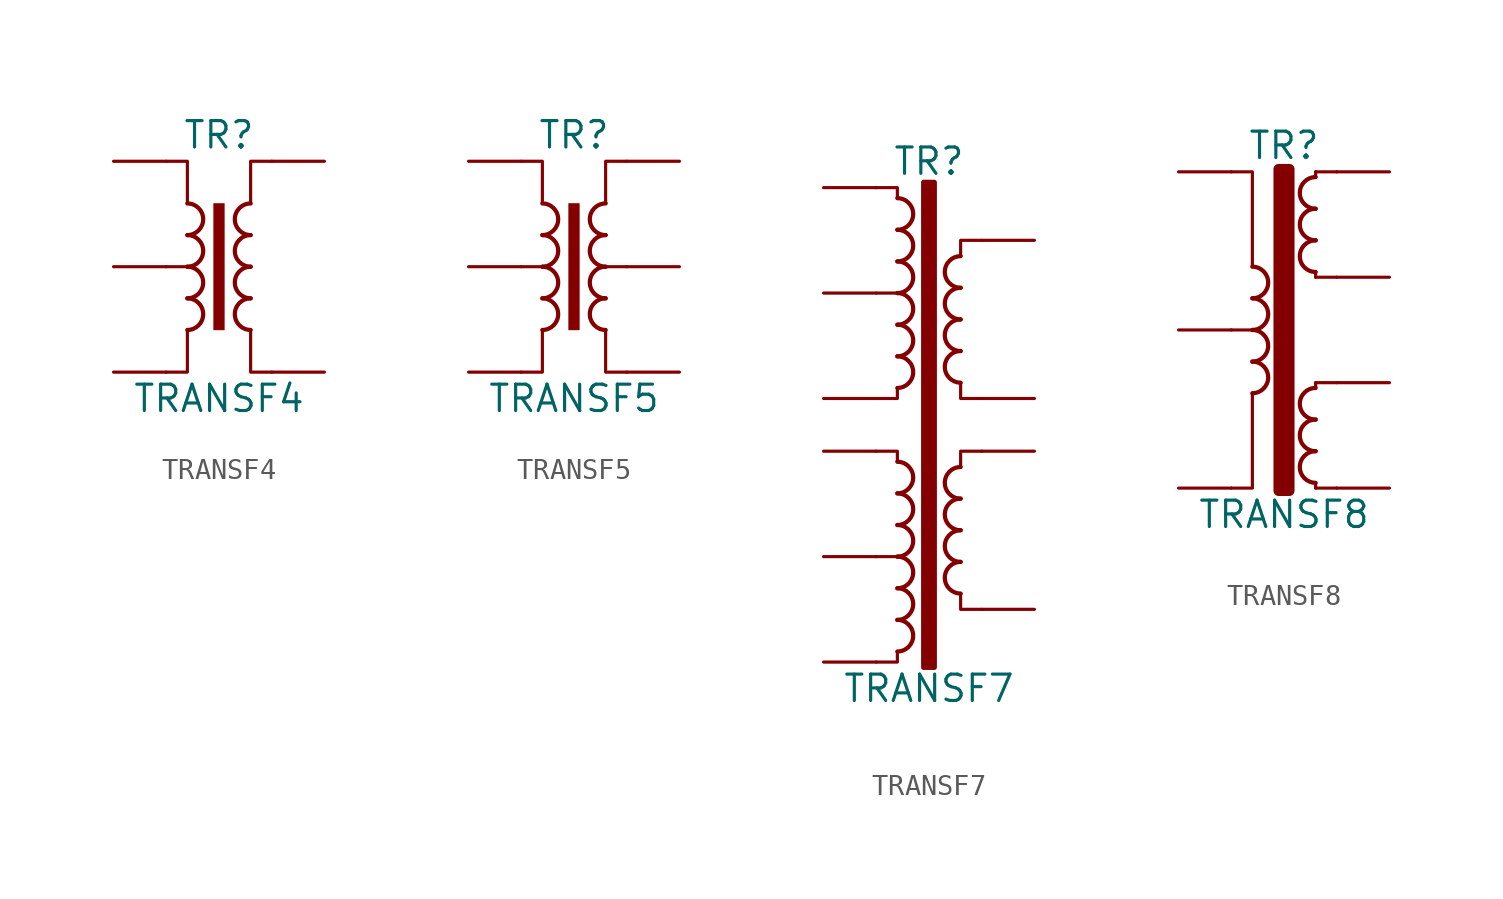
<source format=kicad_sym>
(kicad_symbol_lib
  (version 20241209)
  (generator "kicad_symbol_editor")
  (generator_version "9.0")
  (symbol "TRANSF4"
    (pin_numbers
      (hide yes))
    (pin_names
      (offset 0))
    (property "Reference" "TR"
      (at 0 6.35 0)
      (effects (font (size 1.27 1.27))))
    (property "Value" "TRANSF4"
      (at 0 -6.35 0)
      (effects (font (size 1.27 1.27))))
    (symbol "TRANSF4_0_1"
      (polyline (pts (xy -2.54 5.08) (xy -1.524 5.08) (xy -1.524 3.048)) (stroke (width 0.152) (type default)) (fill (type none)))
      (arc (start -1.524 3.048) (mid -0.7653 2.286) (end -1.524 1.524) (stroke (width 0.2032) (type default)) (fill (type none)))
      (arc (start -1.524 1.524) (mid -0.7653 0.762) (end -1.524 0) (stroke (width 0.2032) (type default)) (fill (type none)))
      (arc (start -1.524 0) (mid -0.7653 -0.762) (end -1.524 -1.524) (stroke (width 0.2032) (type default)) (fill (type none)))
      (arc (start -1.524 -1.524) (mid -0.7653 -2.286) (end -1.524 -3.048) (stroke (width 0.2032) (type default)) (fill (type none)))
      (polyline (pts (xy -1.524 0) (xy -2.54 0)) (stroke (width 0) (type default)) (fill (type outline)))
      (polyline (pts (xy -1.524 -3.048) (xy -1.524 -5.08) (xy -2.54 -5.08)) (stroke (width 0.152) (type default)) (fill (type none)))
      (rectangle (start -0.254 3.048) (end 0.254 -3.048) (stroke (width 0.025) (type default)) (fill (type outline)))
      (polyline (pts (xy 1.524 3.048) (xy 1.524 5.08) (xy 2.54 5.08)) (stroke (width 0.152) (type default)) (fill (type none)))
      (arc (start 1.524 1.524) (mid 0.7653 2.286) (end 1.524 3.048) (stroke (width 0.2032) (type default)) (fill (type none)))
      (arc (start 1.524 0) (mid 0.7653 0.762) (end 1.524 1.524) (stroke (width 0.2032) (type default)) (fill (type none)))
      (arc (start 1.524 -1.524) (mid 0.7653 -0.762) (end 1.524 0) (stroke (width 0.2032) (type default)) (fill (type none)))
      (arc (start 1.524 -3.048) (mid 0.7653 -2.286) (end 1.524 -1.524) (stroke (width 0.2032) (type default)) (fill (type none)))
      (polyline (pts (xy 2.54 -5.08) (xy 1.524 -5.08) (xy 1.524 -3.048)) (stroke (width 0.152) (type default)) (fill (type none))))
    (symbol "TRANSF4_1_1"
      (pin passive line (at -5.08 5.08 0) (length 2.54) (name "~" (effects (font (size 1.27 1.27)))) (number "1" (effects (font (size 1.27 1.27)))))
      (pin passive line (at -5.08 0 0) (length 2.54) (name "~" (effects (font (size 1.27 1.27)))) (number "2" (effects (font (size 1.27 1.27)))))
      (pin passive line (at -5.08 -5.08 0) (length 2.54) (name "~" (effects (font (size 1.27 1.27)))) (number "3" (effects (font (size 1.27 1.27)))))
      (pin passive line (at 5.08 5.08 180) (length 2.54) (name "~" (effects (font (size 1.27 1.27)))) (number "5" (effects (font (size 1.27 1.27)))))
      (pin passive line (at 5.08 -5.08 180) (length 2.54) (name "~" (effects (font (size 1.27 1.27)))) (number "4" (effects (font (size 1.27 1.27)))))))
  (symbol "TRANSF5"
    (pin_numbers
      (hide yes))
    (pin_names
      (offset 0))
    (property "Reference" "TR"
      (at 0 6.35 0)
      (effects (font (size 1.27 1.27))))
    (property "Value" "TRANSF5"
      (at 0 -6.35 0)
      (effects (font (size 1.27 1.27))))
    (symbol "TRANSF5_0_1"
      (polyline (pts (xy -2.54 5.08) (xy -1.524 5.08) (xy -1.524 3.048)) (stroke (width 0.152) (type default)) (fill (type none)))
      (arc (start -1.524 3.048) (mid -0.7653 2.286) (end -1.524 1.524) (stroke (width 0.2032) (type default)) (fill (type none)))
      (arc (start -1.524 1.524) (mid -0.7653 0.762) (end -1.524 0) (stroke (width 0.2032) (type default)) (fill (type none)))
      (arc (start -1.524 0) (mid -0.7653 -0.762) (end -1.524 -1.524) (stroke (width 0.2032) (type default)) (fill (type none)))
      (arc (start -1.524 -1.524) (mid -0.7653 -2.286) (end -1.524 -3.048) (stroke (width 0.2032) (type default)) (fill (type none)))
      (polyline (pts (xy -1.524 0) (xy -2.54 0)) (stroke (width 0) (type default)) (fill (type outline)))
      (polyline (pts (xy -1.524 -3.048) (xy -1.524 -5.08) (xy -2.54 -5.08)) (stroke (width 0.152) (type default)) (fill (type none)))
      (rectangle (start -0.254 3.048) (end 0.254 -3.048) (stroke (width 0.025) (type default)) (fill (type outline)))
      (polyline (pts (xy 1.524 3.048) (xy 1.524 5.08) (xy 2.54 5.08)) (stroke (width 0.152) (type default)) (fill (type none)))
      (polyline (pts (xy 1.524 0) (xy 2.54 0)) (stroke (width 0) (type default)) (fill (type outline)))
      (arc (start 1.524 1.524) (mid 0.7653 2.286) (end 1.524 3.048) (stroke (width 0.2032) (type default)) (fill (type none)))
      (arc (start 1.524 0) (mid 0.7653 0.762) (end 1.524 1.524) (stroke (width 0.2032) (type default)) (fill (type none)))
      (arc (start 1.524 -1.524) (mid 0.7653 -0.762) (end 1.524 0) (stroke (width 0.2032) (type default)) (fill (type none)))
      (arc (start 1.524 -3.048) (mid 0.7653 -2.286) (end 1.524 -1.524) (stroke (width 0.2032) (type default)) (fill (type none)))
      (polyline (pts (xy 2.54 -5.08) (xy 1.524 -5.08) (xy 1.524 -3.048)) (stroke (width 0.152) (type default)) (fill (type none))))
    (symbol "TRANSF5_1_1"
      (pin passive line (at -5.08 5.08 0) (length 2.54) (name "~" (effects (font (size 1.27 1.27)))) (number "1" (effects (font (size 1.27 1.27)))))
      (pin passive line (at -5.08 0 0) (length 2.54) (name "~" (effects (font (size 1.27 1.27)))) (number "2" (effects (font (size 1.27 1.27)))))
      (pin passive line (at -5.08 -5.08 0) (length 2.54) (name "~" (effects (font (size 1.27 1.27)))) (number "3" (effects (font (size 1.27 1.27)))))
      (pin passive line (at 5.08 5.08 180) (length 2.54) (name "~" (effects (font (size 1.27 1.27)))) (number "6" (effects (font (size 1.27 1.27)))))
      (pin passive line (at 5.08 0 180) (length 2.54) (name "~" (effects (font (size 1.27 1.27)))) (number "5" (effects (font (size 1.27 1.27)))))
      (pin passive line (at 5.08 -5.08 180) (length 2.54) (name "~" (effects (font (size 1.27 1.27)))) (number "4" (effects (font (size 1.27 1.27)))))))
  (symbol "TRANSF7"
    (pin_numbers
      (hide yes))
    (pin_names
      (offset 0))
    (property "Reference" "TR"
      (at 0 13.97 0)
      (effects (font (size 1.27 1.27))))
    (property "Value" "TRANSF7"
      (at 0 -11.43 0)
      (effects (font (size 1.27 1.27))))
    (symbol "TRANSF7_0_1"
      (arc (start -1.524 12.192) (mid -0.7653 11.43) (end -1.524 10.668) (stroke (width 0.2032) (type default)) (fill (type none)))
      (arc (start -1.524 10.668) (mid -0.7653 9.906) (end -1.524 9.144) (stroke (width 0.2032) (type default)) (fill (type none)))
      (arc (start -1.524 9.144) (mid -0.7653 8.382) (end -1.524 7.62) (stroke (width 0.2032) (type default)) (fill (type none)))
      (arc (start -1.524 7.62) (mid -0.7653 6.858) (end -1.524 6.096) (stroke (width 0.2032) (type default)) (fill (type none)))
      (arc (start -1.524 6.096) (mid -0.7653 5.334) (end -1.524 4.572) (stroke (width 0.2032) (type default)) (fill (type none)))
      (arc (start -1.524 4.572) (mid -0.7653 3.81) (end -1.524 3.048) (stroke (width 0.2032) (type default)) (fill (type none)))
      (arc (start -1.524 -0.508) (mid -0.7653 -1.27) (end -1.524 -2.032) (stroke (width 0.2032) (type default)) (fill (type none)))
      (arc (start -1.524 -2.032) (mid -0.7653 -2.794) (end -1.524 -3.556) (stroke (width 0.2032) (type default)) (fill (type none)))
      (arc (start -1.524 -3.556) (mid -0.7653 -4.318) (end -1.524 -5.08) (stroke (width 0.2032) (type default)) (fill (type none)))
      (arc (start -1.524 -5.08) (mid -0.7653 -5.842) (end -1.524 -6.604) (stroke (width 0.2032) (type default)) (fill (type none)))
      (arc (start -1.524 -6.604) (mid -0.7653 -7.366) (end -1.524 -8.128) (stroke (width 0.2032) (type default)) (fill (type none)))
      (arc (start -1.524 -8.128) (mid -0.7653 -8.89) (end -1.524 -9.652) (stroke (width 0.2032) (type default)) (fill (type none)))
      (polyline (pts (xy -1.524 12.192) (xy -1.524 12.7) (xy -2.54 12.7)) (stroke (width 0) (type default)) (fill (type none)))
      (polyline (pts (xy -1.524 7.62) (xy -2.54 7.62)) (stroke (width 0) (type default)) (fill (type outline)))
      (polyline (pts (xy -1.524 3.048) (xy -1.524 2.54) (xy -2.54 2.54)) (stroke (width 0) (type default)) (fill (type none)))
      (polyline (pts (xy -1.524 -0.508) (xy -1.524 0) (xy -2.54 0)) (stroke (width 0) (type default)) (fill (type none)))
      (polyline (pts (xy -1.524 -5.08) (xy -2.54 -5.08)) (stroke (width 0) (type default)) (fill (type outline)))
      (polyline (pts (xy -1.524 -9.652) (xy -1.524 -10.16) (xy -2.54 -10.16)) (stroke (width 0) (type default)) (fill (type none)))
      (rectangle (start -0.254 12.954) (end 0.254 -10.414) (stroke (width 0.254) (type default)) (fill (type outline)))
      (polyline (pts (xy 1.524 9.398) (xy 1.524 10.16) (xy 2.54 10.16)) (stroke (width 0) (type default)) (fill (type none)))
      (polyline (pts (xy 1.524 3.302) (xy 1.524 2.54) (xy 2.54 2.54)) (stroke (width 0) (type default)) (fill (type none)))
      (polyline (pts (xy 1.524 -0.762) (xy 1.524 0) (xy 2.54 0)) (stroke (width 0) (type default)) (fill (type none)))
      (polyline (pts (xy 1.524 -6.858) (xy 1.524 -7.62) (xy 2.54 -7.62)) (stroke (width 0) (type default)) (fill (type none)))
      (arc (start 1.524 7.874) (mid 0.7653 8.636) (end 1.524 9.398) (stroke (width 0.2032) (type default)) (fill (type none)))
      (arc (start 1.524 6.35) (mid 0.7653 7.112) (end 1.524 7.874) (stroke (width 0.2032) (type default)) (fill (type none)))
      (arc (start 1.524 4.826) (mid 0.7653 5.588) (end 1.524 6.35) (stroke (width 0.2032) (type default)) (fill (type none)))
      (arc (start 1.524 3.302) (mid 0.7653 4.064) (end 1.524 4.826) (stroke (width 0.2032) (type default)) (fill (type none)))
      (arc (start 1.524 -2.286) (mid 0.7653 -1.524) (end 1.524 -0.762) (stroke (width 0.2032) (type default)) (fill (type none)))
      (arc (start 1.524 -3.81) (mid 0.7653 -3.048) (end 1.524 -2.286) (stroke (width 0.2032) (type default)) (fill (type none)))
      (arc (start 1.524 -5.334) (mid 0.7653 -4.572) (end 1.524 -3.81) (stroke (width 0.2032) (type default)) (fill (type none)))
      (arc (start 1.524 -6.858) (mid 0.7653 -6.096) (end 1.524 -5.334) (stroke (width 0.2032) (type default)) (fill (type none))))
    (symbol "TRANSF7_1_1"
      (pin passive line (at -5.08 12.7 0) (length 2.54) (name "~" (effects (font (size 1.27 1.27)))) (number "10" (effects (font (size 1.27 1.27)))))
      (pin passive line (at -5.08 7.62 0) (length 2.54) (name "~" (effects (font (size 1.27 1.27)))) (number "9" (effects (font (size 1.27 1.27)))))
      (pin passive line (at -5.08 2.54 0) (length 2.54) (name "~" (effects (font (size 1.27 1.27)))) (number "8" (effects (font (size 1.27 1.27)))))
      (pin passive line (at -5.08 0 0) (length 2.54) (name "~" (effects (font (size 1.27 1.27)))) (number "7" (effects (font (size 1.27 1.27)))))
      (pin passive line (at -5.08 -5.08 0) (length 2.54) (name "~" (effects (font (size 1.27 1.27)))) (number "6" (effects (font (size 1.27 1.27)))))
      (pin passive line (at -5.08 -10.16 0) (length 2.54) (name "~" (effects (font (size 1.27 1.27)))) (number "5" (effects (font (size 1.27 1.27)))))
      (pin passive line (at 5.08 10.16 180) (length 2.54) (name "~" (effects (font (size 1.27 1.27)))) (number "1" (effects (font (size 1.27 1.27)))))
      (pin passive line (at 5.08 2.54 180) (length 2.54) (name "~" (effects (font (size 1.27 1.27)))) (number "2" (effects (font (size 1.27 1.27)))))
      (pin passive line (at 5.08 0 180) (length 2.54) (name "~" (effects (font (size 1.27 1.27)))) (number "3" (effects (font (size 1.27 1.27)))))
      (pin passive line (at 5.08 -7.62 180) (length 2.54) (name "~" (effects (font (size 1.27 1.27)))) (number "4" (effects (font (size 1.27 1.27)))))))
  (symbol "TRANSF8"
    (pin_numbers
      (hide yes))
    (pin_names
      (offset 0))
    (property "Reference" "TR"
      (at 0 8.89 0)
      (effects (font (size 1.27 1.27))))
    (property "Value" "TRANSF8"
      (at 0 -8.89 0)
      (effects (font (size 1.27 1.27))))
    (symbol "TRANSF8_0_1"
      (polyline (pts (xy -2.54 7.62) (xy -1.524 7.62) (xy -1.524 3.048)) (stroke (width 0) (type default)) (fill (type none)))
      (polyline (pts (xy -2.54 -7.62) (xy -1.524 -7.62) (xy -1.524 -3.048)) (stroke (width 0) (type default)) (fill (type none)))
      (arc (start -1.524 3.048) (mid -0.7653 2.286) (end -1.524 1.524) (stroke (width 0.2032) (type default)) (fill (type none)))
      (arc (start -1.524 1.524) (mid -0.7653 0.762) (end -1.524 0) (stroke (width 0.2032) (type default)) (fill (type none)))
      (arc (start -1.524 0) (mid -0.7653 -0.762) (end -1.524 -1.524) (stroke (width 0.2032) (type default)) (fill (type none)))
      (arc (start -1.524 -1.524) (mid -0.7653 -2.286) (end -1.524 -3.048) (stroke (width 0.2032) (type default)) (fill (type none)))
      (polyline (pts (xy -1.524 0) (xy -2.54 0)) (stroke (width 0) (type default)) (fill (type outline)))
      (rectangle (start -0.254 7.747) (end 0.254 -7.747) (stroke (width 0.508) (type default)) (fill (type outline)))
      (polyline (pts (xy 1.524 7.62) (xy 1.524 7.366)) (stroke (width 0) (type default)) (fill (type outline)))
      (polyline (pts (xy 1.524 7.62) (xy 2.54 7.62)) (stroke (width 0) (type default)) (fill (type none)))
      (polyline (pts (xy 1.524 2.54) (xy 1.524 2.794)) (stroke (width 0) (type default)) (fill (type outline)))
      (polyline (pts (xy 1.524 2.54) (xy 2.54 2.54)) (stroke (width 0) (type default)) (fill (type none)))
      (polyline (pts (xy 1.524 -2.54) (xy 1.524 -2.794)) (stroke (width 0) (type default)) (fill (type outline)))
      (polyline (pts (xy 1.524 -2.54) (xy 2.54 -2.54)) (stroke (width 0) (type default)) (fill (type none)))
      (polyline (pts (xy 1.524 -7.366) (xy 1.524 -7.62)) (stroke (width 0) (type default)) (fill (type outline)))
      (arc (start 1.524 5.842) (mid 0.7653 6.604) (end 1.524 7.366) (stroke (width 0.2032) (type default)) (fill (type none)))
      (arc (start 1.524 4.318) (mid 0.7653 5.08) (end 1.524 5.842) (stroke (width 0.2032) (type default)) (fill (type none)))
      (arc (start 1.524 2.794) (mid 0.7653 3.556) (end 1.524 4.318) (stroke (width 0.2032) (type default)) (fill (type none)))
      (arc (start 1.524 -4.318) (mid 0.7653 -3.556) (end 1.524 -2.794) (stroke (width 0.2032) (type default)) (fill (type none)))
      (arc (start 1.524 -5.842) (mid 0.7653 -5.08) (end 1.524 -4.318) (stroke (width 0.2032) (type default)) (fill (type none)))
      (arc (start 1.524 -7.366) (mid 0.7653 -6.604) (end 1.524 -5.842) (stroke (width 0.2032) (type default)) (fill (type none)))
      (polyline (pts (xy 2.54 -7.62) (xy 1.524 -7.62)) (stroke (width 0) (type default)) (fill (type none))))
    (symbol "TRANSF8_1_1"
      (pin passive line (at -5.08 7.62 0) (length 2.54) (name "~" (effects (font (size 1.27 1.27)))) (number "1" (effects (font (size 1.27 1.27)))))
      (pin passive line (at -5.08 0 0) (length 2.54) (name "~" (effects (font (size 1.27 1.27)))) (number "2" (effects (font (size 1.27 1.27)))))
      (pin passive line (at -5.08 -7.62 0) (length 2.54) (name "~" (effects (font (size 1.27 1.27)))) (number "3" (effects (font (size 1.27 1.27)))))
      (pin passive line (at 5.08 7.62 180) (length 2.54) (name "~" (effects (font (size 1.27 1.27)))) (number "4" (effects (font (size 1.27 1.27)))))
      (pin passive line (at 5.08 2.54 180) (length 2.54) (name "~" (effects (font (size 1.27 1.27)))) (number "5" (effects (font (size 1.27 1.27)))))
      (pin passive line (at 5.08 -2.54 180) (length 2.54) (name "~" (effects (font (size 1.27 1.27)))) (number "6" (effects (font (size 1.27 1.27)))))
      (pin passive line (at 5.08 -7.62 180) (length 2.54) (name "~" (effects (font (size 1.27 1.27)))) (number "7" (effects (font (size 1.27 1.27))))))))
</source>
